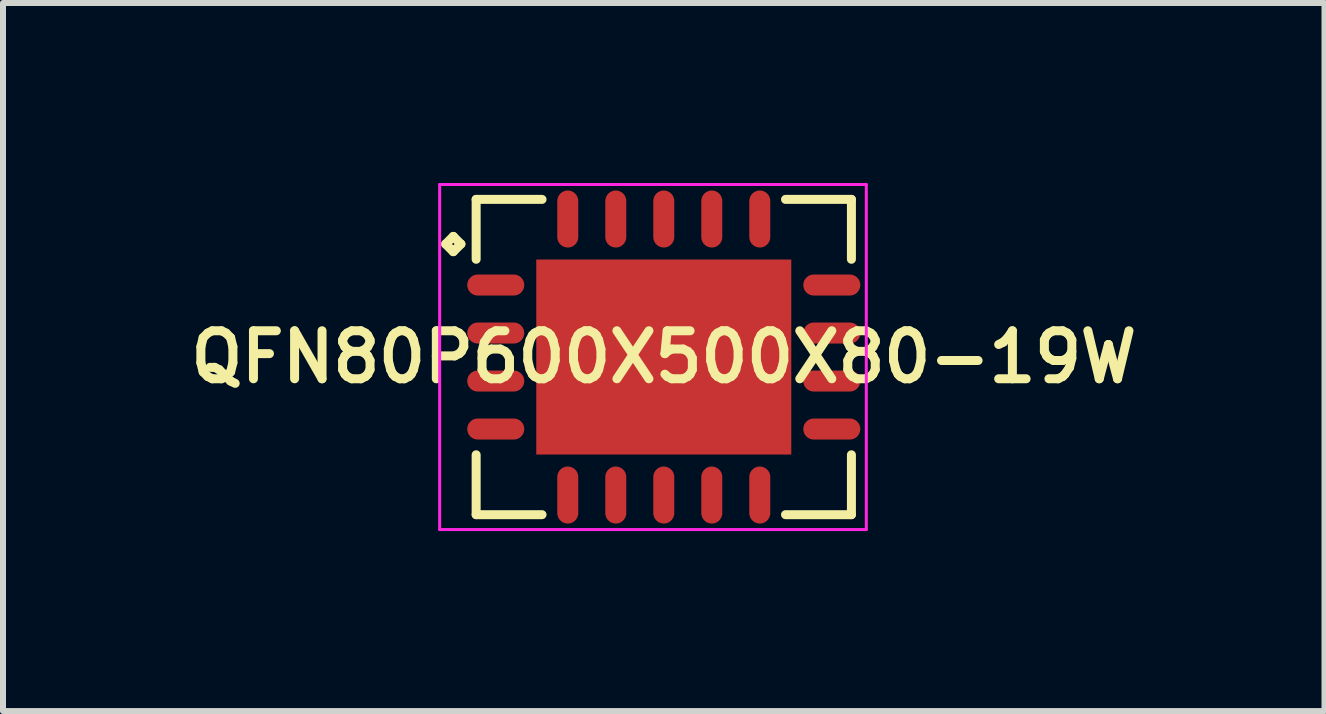
<source format=kicad_pcb>
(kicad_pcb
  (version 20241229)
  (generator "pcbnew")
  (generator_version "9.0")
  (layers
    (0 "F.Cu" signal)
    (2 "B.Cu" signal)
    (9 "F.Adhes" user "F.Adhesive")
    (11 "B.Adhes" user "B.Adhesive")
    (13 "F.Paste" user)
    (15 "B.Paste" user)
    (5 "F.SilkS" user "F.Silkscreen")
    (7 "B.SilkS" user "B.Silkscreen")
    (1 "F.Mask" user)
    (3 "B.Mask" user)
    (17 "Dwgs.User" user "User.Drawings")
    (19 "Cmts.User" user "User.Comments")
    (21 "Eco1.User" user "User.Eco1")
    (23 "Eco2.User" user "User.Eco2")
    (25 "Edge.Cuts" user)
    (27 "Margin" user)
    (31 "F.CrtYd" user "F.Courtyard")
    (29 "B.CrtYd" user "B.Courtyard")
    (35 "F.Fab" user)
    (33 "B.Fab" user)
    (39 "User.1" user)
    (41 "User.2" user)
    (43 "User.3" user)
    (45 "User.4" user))
  (footprint "QFN80P600X500X80-19W"
    (layer "F.Cu")
    (at 8.012 2.9)
    (property "Reference" "QFN80P600X500X80-19W" (at 0 0 0) (layer "F.SilkS") (effects (font (size 0.8 0.8) (thickness 0.15))))
    (attr smd)
    (fp_line (start -3.635 -1.883) (end -3.508 -2.01) (stroke (width 0.15) (type solid)) (layer "F.SilkS"))
    (fp_line (start -3.508 -2.01) (end -3.381 -1.883) (stroke (width 0.15) (type solid)) (layer "F.SilkS"))
    (fp_line (start -3.508 -1.756) (end -3.635 -1.883) (stroke (width 0.15) (type solid)) (layer "F.SilkS"))
    (fp_line (start -3.381 -1.883) (end -3.508 -1.756) (stroke (width 0.15) (type solid)) (layer "F.SilkS"))
    (fp_line (start -3.127 -2.627) (end -2.029 -2.627) (stroke (width 0.15) (type solid)) (layer "F.SilkS"))
    (fp_line (start -3.127 -1.629) (end -3.127 -2.627) (stroke (width 0.15) (type solid)) (layer "F.SilkS"))
    (fp_line (start -3.127 1.629) (end -3.127 2.627) (stroke (width 0.15) (type solid)) (layer "F.SilkS"))
    (fp_line (start -3.127 2.627) (end -2.029 2.627) (stroke (width 0.15) (type solid)) (layer "F.SilkS"))
    (fp_line (start 2.029 -2.627) (end 3.127 -2.627) (stroke (width 0.15) (type solid)) (layer "F.SilkS"))
    (fp_line (start 2.029 2.627) (end 3.127 2.627) (stroke (width 0.15) (type solid)) (layer "F.SilkS"))
    (fp_line (start 3.127 -2.627) (end 3.127 -1.629) (stroke (width 0.15) (type solid)) (layer "F.SilkS"))
    (fp_line (start 3.127 2.627) (end 3.127 1.629) (stroke (width 0.15) (type solid)) (layer "F.SilkS"))
    (fp_line (start -3.735 -2.875) (end 3.375 -2.875) (stroke (width 0.05) (type solid)) (layer "F.CrtYd"))
    (fp_line (start -3.735 2.875) (end -3.735 -2.875) (stroke (width 0.05) (type solid)) (layer "F.CrtYd"))
    (fp_line (start 3.375 -2.875) (end 3.375 2.875) (stroke (width 0.05) (type solid)) (layer "F.CrtYd"))
    (fp_line (start 3.375 2.875) (end -3.735 2.875) (stroke (width 0.05) (type solid)) (layer "F.CrtYd"))
    (pad "1" smd oval (at -2.8 -1.2) (size 0.95 0.35) (layers "F.Cu" "F.Mask" "F.Paste"))
    (pad "2" smd oval (at -2.8 -0.4) (size 0.95 0.35) (layers "F.Cu" "F.Mask" "F.Paste"))
    (pad "3" smd oval (at -2.8 0.4) (size 0.95 0.35) (layers "F.Cu" "F.Mask" "F.Paste"))
    (pad "4" smd oval (at -2.8 1.2) (size 0.95 0.35) (layers "F.Cu" "F.Mask" "F.Paste"))
    (pad "5" smd oval (at -1.6 2.3) (size 0.35 0.95) (layers "F.Cu" "F.Mask" "F.Paste"))
    (pad "6" smd oval (at -0.8 2.3) (size 0.35 0.95) (layers "F.Cu" "F.Mask" "F.Paste"))
    (pad "7" smd oval (at 0 2.3) (size 0.35 0.95) (layers "F.Cu" "F.Mask" "F.Paste"))
    (pad "8" smd oval (at 0.8 2.3) (size 0.35 0.95) (layers "F.Cu" "F.Mask" "F.Paste"))
    (pad "9" smd oval (at 1.6 2.3) (size 0.35 0.95) (layers "F.Cu" "F.Mask" "F.Paste"))
    (pad "10" smd oval (at 2.8 1.2) (size 0.95 0.35) (layers "F.Cu" "F.Mask" "F.Paste"))
    (pad "11" smd oval (at 2.8 0.4) (size 0.95 0.35) (layers "F.Cu" "F.Mask" "F.Paste"))
    (pad "12" smd oval (at 2.8 -0.4) (size 0.95 0.35) (layers "F.Cu" "F.Mask" "F.Paste"))
    (pad "13" smd oval (at 2.8 -1.2) (size 0.95 0.35) (layers "F.Cu" "F.Mask" "F.Paste"))
    (pad "14" smd oval (at 1.6 -2.3) (size 0.35 0.95) (layers "F.Cu" "F.Mask" "F.Paste"))
    (pad "15" smd oval (at 0.8 -2.3) (size 0.35 0.95) (layers "F.Cu" "F.Mask" "F.Paste"))
    (pad "16" smd oval (at 0 -2.3) (size 0.35 0.95) (layers "F.Cu" "F.Mask" "F.Paste"))
    (pad "17" smd oval (at -0.8 -2.3) (size 0.35 0.95) (layers "F.Cu" "F.Mask" "F.Paste"))
    (pad "18" smd oval (at -1.6 -2.3) (size 0.35 0.95) (layers "F.Cu" "F.Mask" "F.Paste"))
    (pad "19" smd rect (at 0 0) (size 4.25 3.25) (layers "F.Cu" "F.Mask" "F.Paste")))
  (gr_rect
    (start -3 -3)
    (end 19.023 8.8)
    (stroke (width 0.1) (type default))
    (fill no)
    (layer "Edge.Cuts")))
</source>
